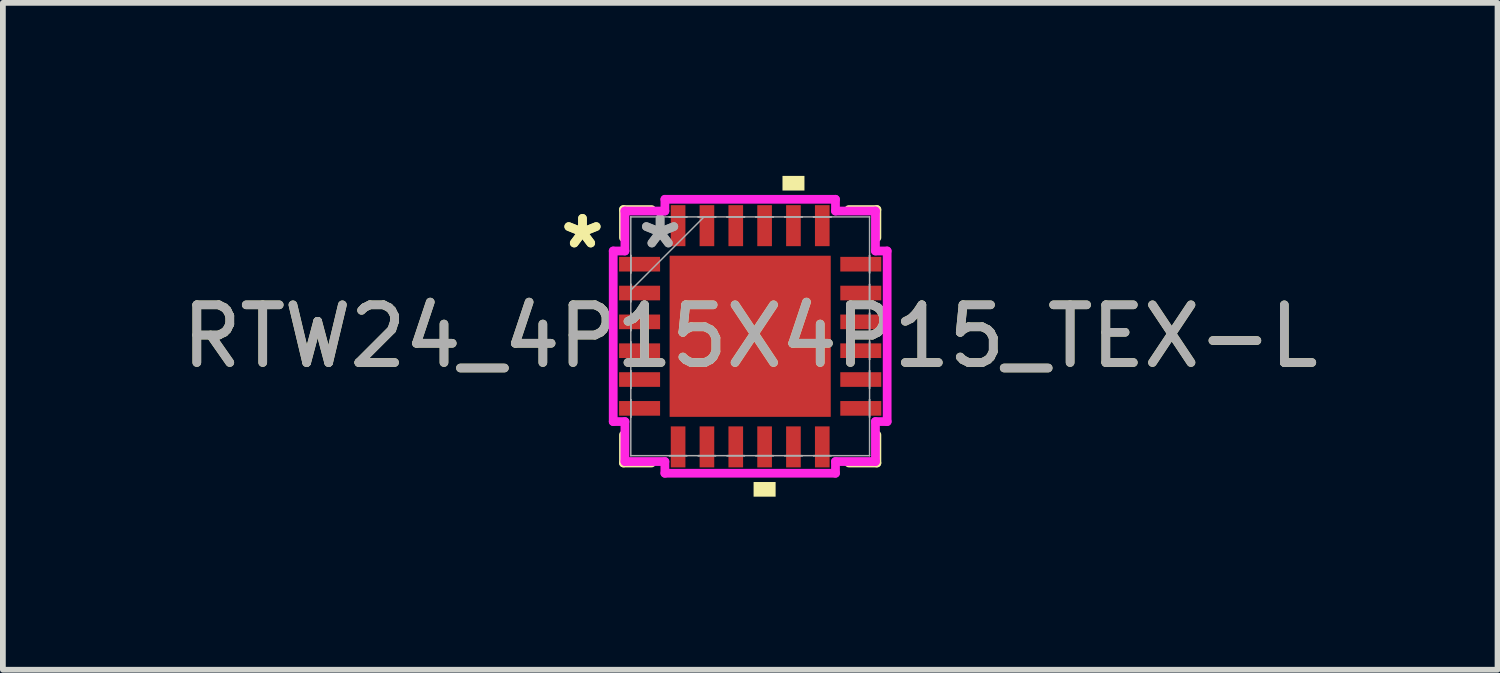
<source format=kicad_pcb>
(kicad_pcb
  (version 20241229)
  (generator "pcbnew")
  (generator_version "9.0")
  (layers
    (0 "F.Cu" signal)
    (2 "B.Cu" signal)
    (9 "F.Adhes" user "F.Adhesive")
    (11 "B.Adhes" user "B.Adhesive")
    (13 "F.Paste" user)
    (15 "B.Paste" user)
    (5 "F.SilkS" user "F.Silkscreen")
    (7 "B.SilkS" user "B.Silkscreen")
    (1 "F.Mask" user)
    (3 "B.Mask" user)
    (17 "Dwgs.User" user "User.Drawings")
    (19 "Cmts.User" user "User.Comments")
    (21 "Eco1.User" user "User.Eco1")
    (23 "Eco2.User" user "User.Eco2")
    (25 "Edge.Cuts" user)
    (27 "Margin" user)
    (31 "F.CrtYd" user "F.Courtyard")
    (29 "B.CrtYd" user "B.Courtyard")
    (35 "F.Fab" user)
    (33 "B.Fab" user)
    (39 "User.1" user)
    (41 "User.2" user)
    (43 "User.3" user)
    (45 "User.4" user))
  (footprint "RTW24_4P15X4P15_TEX-L"
    (layer "F.Cu")
    (at 9.958 2.781)
    (property "Reference" "RTW24_4P15X4P15_TEX-L" (at 0 0 0) (unlocked yes) (layer "F.SilkS") (effects (font (size 1 1) (thickness 0.15))))
    (attr smd)
    (fp_line (start -2.197 -2.197) (end -2.197 -1.71) (stroke (width 0.152) (type solid)) (layer "F.SilkS"))
    (fp_line (start -2.197 1.71) (end -2.197 2.197) (stroke (width 0.152) (type solid)) (layer "F.SilkS"))
    (fp_line (start -2.197 2.197) (end -1.71 2.197) (stroke (width 0.152) (type solid)) (layer "F.SilkS"))
    (fp_line (start -1.71 -2.197) (end -2.197 -2.197) (stroke (width 0.152) (type solid)) (layer "F.SilkS"))
    (fp_line (start 1.71 2.197) (end 2.197 2.197) (stroke (width 0.152) (type solid)) (layer "F.SilkS"))
    (fp_line (start 2.197 -2.197) (end 1.71 -2.197) (stroke (width 0.152) (type solid)) (layer "F.SilkS"))
    (fp_line (start 2.197 -1.71) (end 2.197 -2.197) (stroke (width 0.152) (type solid)) (layer "F.SilkS"))
    (fp_line (start 2.197 2.197) (end 2.197 1.71) (stroke (width 0.152) (type solid)) (layer "F.SilkS"))
    (fp_poly (pts (xy 0.059 2.527) (xy 0.059 2.781) (xy 0.441 2.781) (xy 0.441 2.527)) (stroke (width 0) (type solid)) (fill yes) (layer "F.SilkS"))
    (fp_poly (pts (xy 0.56 -2.527) (xy 0.56 -2.781) (xy 0.941 -2.781) (xy 0.941 -2.527)) (stroke (width 0) (type solid)) (fill yes) (layer "F.SilkS"))
    (fp_poly (pts (xy -1.297 -1.297) (xy -1.297 -0.1) (xy -0.1 -0.1) (xy -0.1 -1.297)) (stroke (width 0) (type solid)) (fill yes) (layer "F.Paste"))
    (fp_poly (pts (xy -1.297 0.1) (xy -1.297 1.297) (xy -0.1 1.297) (xy -0.1 0.1)) (stroke (width 0) (type solid)) (fill yes) (layer "F.Paste"))
    (fp_poly (pts (xy 0.1 -1.297) (xy 0.1 -0.1) (xy 1.297 -0.1) (xy 1.297 -1.297)) (stroke (width 0) (type solid)) (fill yes) (layer "F.Paste"))
    (fp_poly (pts (xy 0.1 0.1) (xy 0.1 1.297) (xy 1.297 1.297) (xy 1.297 0.1)) (stroke (width 0) (type solid)) (fill yes) (layer "F.Paste"))
    (fp_line (start -2.375 -1.479) (end -2.172 -1.479) (stroke (width 0.152) (type solid)) (layer "F.CrtYd"))
    (fp_line (start -2.375 1.479) (end -2.375 -1.479) (stroke (width 0.152) (type solid)) (layer "F.CrtYd"))
    (fp_line (start -2.172 -2.172) (end -1.479 -2.172) (stroke (width 0.152) (type solid)) (layer "F.CrtYd"))
    (fp_line (start -2.172 -1.479) (end -2.172 -2.172) (stroke (width 0.152) (type solid)) (layer "F.CrtYd"))
    (fp_line (start -2.172 1.479) (end -2.375 1.479) (stroke (width 0.152) (type solid)) (layer "F.CrtYd"))
    (fp_line (start -2.172 2.172) (end -2.172 1.479) (stroke (width 0.152) (type solid)) (layer "F.CrtYd"))
    (fp_line (start -1.479 -2.375) (end 1.479 -2.375) (stroke (width 0.152) (type solid)) (layer "F.CrtYd"))
    (fp_line (start -1.479 -2.172) (end -1.479 -2.375) (stroke (width 0.152) (type solid)) (layer "F.CrtYd"))
    (fp_line (start -1.479 2.172) (end -2.172 2.172) (stroke (width 0.152) (type solid)) (layer "F.CrtYd"))
    (fp_line (start -1.479 2.375) (end -1.479 2.172) (stroke (width 0.152) (type solid)) (layer "F.CrtYd"))
    (fp_line (start 1.479 -2.375) (end 1.479 -2.172) (stroke (width 0.152) (type solid)) (layer "F.CrtYd"))
    (fp_line (start 1.479 -2.172) (end 2.172 -2.172) (stroke (width 0.152) (type solid)) (layer "F.CrtYd"))
    (fp_line (start 1.479 2.172) (end 1.479 2.375) (stroke (width 0.152) (type solid)) (layer "F.CrtYd"))
    (fp_line (start 1.479 2.375) (end -1.479 2.375) (stroke (width 0.152) (type solid)) (layer "F.CrtYd"))
    (fp_line (start 2.172 -2.172) (end 2.172 -1.479) (stroke (width 0.152) (type solid)) (layer "F.CrtYd"))
    (fp_line (start 2.172 -1.479) (end 2.375 -1.479) (stroke (width 0.152) (type solid)) (layer "F.CrtYd"))
    (fp_line (start 2.172 1.479) (end 2.172 2.172) (stroke (width 0.152) (type solid)) (layer "F.CrtYd"))
    (fp_line (start 2.172 2.172) (end 1.479 2.172) (stroke (width 0.152) (type solid)) (layer "F.CrtYd"))
    (fp_line (start 2.375 -1.479) (end 2.375 1.479) (stroke (width 0.152) (type solid)) (layer "F.CrtYd"))
    (fp_line (start 2.375 1.479) (end 2.172 1.479) (stroke (width 0.152) (type solid)) (layer "F.CrtYd"))
    (fp_line (start -2.07 -2.07) (end -2.07 -2.07) (stroke (width 0.025) (type solid)) (layer "F.Fab"))
    (fp_line (start -2.07 -2.07) (end -2.07 2.07) (stroke (width 0.025) (type solid)) (layer "F.Fab"))
    (fp_line (start -2.07 -1.402) (end -2.07 -1.402) (stroke (width 0.025) (type solid)) (layer "F.Fab"))
    (fp_line (start -2.07 -1.402) (end -2.07 -1.098) (stroke (width 0.025) (type solid)) (layer "F.Fab"))
    (fp_line (start -2.07 -1.098) (end -2.07 -1.402) (stroke (width 0.025) (type solid)) (layer "F.Fab"))
    (fp_line (start -2.07 -1.098) (end -2.07 -1.098) (stroke (width 0.025) (type solid)) (layer "F.Fab"))
    (fp_line (start -2.07 -0.902) (end -2.07 -0.902) (stroke (width 0.025) (type solid)) (layer "F.Fab"))
    (fp_line (start -2.07 -0.902) (end -2.07 -0.598) (stroke (width 0.025) (type solid)) (layer "F.Fab"))
    (fp_line (start -2.07 -0.8) (end -0.8 -2.07) (stroke (width 0.025) (type solid)) (layer "F.Fab"))
    (fp_line (start -2.07 -0.598) (end -2.07 -0.902) (stroke (width 0.025) (type solid)) (layer "F.Fab"))
    (fp_line (start -2.07 -0.598) (end -2.07 -0.598) (stroke (width 0.025) (type solid)) (layer "F.Fab"))
    (fp_line (start -2.07 -0.402) (end -2.07 -0.402) (stroke (width 0.025) (type solid)) (layer "F.Fab"))
    (fp_line (start -2.07 -0.402) (end -2.07 -0.098) (stroke (width 0.025) (type solid)) (layer "F.Fab"))
    (fp_line (start -2.07 -0.098) (end -2.07 -0.402) (stroke (width 0.025) (type solid)) (layer "F.Fab"))
    (fp_line (start -2.07 -0.098) (end -2.07 -0.098) (stroke (width 0.025) (type solid)) (layer "F.Fab"))
    (fp_line (start -2.07 0.098) (end -2.07 0.098) (stroke (width 0.025) (type solid)) (layer "F.Fab"))
    (fp_line (start -2.07 0.098) (end -2.07 0.402) (stroke (width 0.025) (type solid)) (layer "F.Fab"))
    (fp_line (start -2.07 0.402) (end -2.07 0.098) (stroke (width 0.025) (type solid)) (layer "F.Fab"))
    (fp_line (start -2.07 0.402) (end -2.07 0.402) (stroke (width 0.025) (type solid)) (layer "F.Fab"))
    (fp_line (start -2.07 0.598) (end -2.07 0.598) (stroke (width 0.025) (type solid)) (layer "F.Fab"))
    (fp_line (start -2.07 0.598) (end -2.07 0.902) (stroke (width 0.025) (type solid)) (layer "F.Fab"))
    (fp_line (start -2.07 0.902) (end -2.07 0.598) (stroke (width 0.025) (type solid)) (layer "F.Fab"))
    (fp_line (start -2.07 0.902) (end -2.07 0.902) (stroke (width 0.025) (type solid)) (layer "F.Fab"))
    (fp_line (start -2.07 1.098) (end -2.07 1.098) (stroke (width 0.025) (type solid)) (layer "F.Fab"))
    (fp_line (start -2.07 1.098) (end -2.07 1.402) (stroke (width 0.025) (type solid)) (layer "F.Fab"))
    (fp_line (start -2.07 1.402) (end -2.07 1.098) (stroke (width 0.025) (type solid)) (layer "F.Fab"))
    (fp_line (start -2.07 1.402) (end -2.07 1.402) (stroke (width 0.025) (type solid)) (layer "F.Fab"))
    (fp_line (start -2.07 2.07) (end -2.07 2.07) (stroke (width 0.025) (type solid)) (layer "F.Fab"))
    (fp_line (start -2.07 2.07) (end 2.07 2.07) (stroke (width 0.025) (type solid)) (layer "F.Fab"))
    (fp_line (start -1.402 -2.07) (end -1.402 -2.07) (stroke (width 0.025) (type solid)) (layer "F.Fab"))
    (fp_line (start -1.402 -2.07) (end -1.098 -2.07) (stroke (width 0.025) (type solid)) (layer "F.Fab"))
    (fp_line (start -1.402 2.07) (end -1.402 2.07) (stroke (width 0.025) (type solid)) (layer "F.Fab"))
    (fp_line (start -1.402 2.07) (end -1.098 2.07) (stroke (width 0.025) (type solid)) (layer "F.Fab"))
    (fp_line (start -1.098 -2.07) (end -1.402 -2.07) (stroke (width 0.025) (type solid)) (layer "F.Fab"))
    (fp_line (start -1.098 -2.07) (end -1.098 -2.07) (stroke (width 0.025) (type solid)) (layer "F.Fab"))
    (fp_line (start -1.098 2.07) (end -1.402 2.07) (stroke (width 0.025) (type solid)) (layer "F.Fab"))
    (fp_line (start -1.098 2.07) (end -1.098 2.07) (stroke (width 0.025) (type solid)) (layer "F.Fab"))
    (fp_line (start -0.902 -2.07) (end -0.902 -2.07) (stroke (width 0.025) (type solid)) (layer "F.Fab"))
    (fp_line (start -0.902 -2.07) (end -0.598 -2.07) (stroke (width 0.025) (type solid)) (layer "F.Fab"))
    (fp_line (start -0.902 2.07) (end -0.902 2.07) (stroke (width 0.025) (type solid)) (layer "F.Fab"))
    (fp_line (start -0.902 2.07) (end -0.598 2.07) (stroke (width 0.025) (type solid)) (layer "F.Fab"))
    (fp_line (start -0.598 -2.07) (end -0.902 -2.07) (stroke (width 0.025) (type solid)) (layer "F.Fab"))
    (fp_line (start -0.598 -2.07) (end -0.598 -2.07) (stroke (width 0.025) (type solid)) (layer "F.Fab"))
    (fp_line (start -0.598 2.07) (end -0.902 2.07) (stroke (width 0.025) (type solid)) (layer "F.Fab"))
    (fp_line (start -0.598 2.07) (end -0.598 2.07) (stroke (width 0.025) (type solid)) (layer "F.Fab"))
    (fp_line (start -0.402 -2.07) (end -0.402 -2.07) (stroke (width 0.025) (type solid)) (layer "F.Fab"))
    (fp_line (start -0.402 -2.07) (end -0.098 -2.07) (stroke (width 0.025) (type solid)) (layer "F.Fab"))
    (fp_line (start -0.402 2.07) (end -0.402 2.07) (stroke (width 0.025) (type solid)) (layer "F.Fab"))
    (fp_line (start -0.402 2.07) (end -0.098 2.07) (stroke (width 0.025) (type solid)) (layer "F.Fab"))
    (fp_line (start -0.098 -2.07) (end -0.402 -2.07) (stroke (width 0.025) (type solid)) (layer "F.Fab"))
    (fp_line (start -0.098 -2.07) (end -0.098 -2.07) (stroke (width 0.025) (type solid)) (layer "F.Fab"))
    (fp_line (start -0.098 2.07) (end -0.402 2.07) (stroke (width 0.025) (type solid)) (layer "F.Fab"))
    (fp_line (start -0.098 2.07) (end -0.098 2.07) (stroke (width 0.025) (type solid)) (layer "F.Fab"))
    (fp_line (start 0.098 -2.07) (end 0.098 -2.07) (stroke (width 0.025) (type solid)) (layer "F.Fab"))
    (fp_line (start 0.098 -2.07) (end 0.402 -2.07) (stroke (width 0.025) (type solid)) (layer "F.Fab"))
    (fp_line (start 0.098 2.07) (end 0.098 2.07) (stroke (width 0.025) (type solid)) (layer "F.Fab"))
    (fp_line (start 0.098 2.07) (end 0.402 2.07) (stroke (width 0.025) (type solid)) (layer "F.Fab"))
    (fp_line (start 0.402 -2.07) (end 0.098 -2.07) (stroke (width 0.025) (type solid)) (layer "F.Fab"))
    (fp_line (start 0.402 -2.07) (end 0.402 -2.07) (stroke (width 0.025) (type solid)) (layer "F.Fab"))
    (fp_line (start 0.402 2.07) (end 0.098 2.07) (stroke (width 0.025) (type solid)) (layer "F.Fab"))
    (fp_line (start 0.402 2.07) (end 0.402 2.07) (stroke (width 0.025) (type solid)) (layer "F.Fab"))
    (fp_line (start 0.598 -2.07) (end 0.598 -2.07) (stroke (width 0.025) (type solid)) (layer "F.Fab"))
    (fp_line (start 0.598 -2.07) (end 0.902 -2.07) (stroke (width 0.025) (type solid)) (layer "F.Fab"))
    (fp_line (start 0.598 2.07) (end 0.598 2.07) (stroke (width 0.025) (type solid)) (layer "F.Fab"))
    (fp_line (start 0.598 2.07) (end 0.902 2.07) (stroke (width 0.025) (type solid)) (layer "F.Fab"))
    (fp_line (start 0.902 -2.07) (end 0.598 -2.07) (stroke (width 0.025) (type solid)) (layer "F.Fab"))
    (fp_line (start 0.902 -2.07) (end 0.902 -2.07) (stroke (width 0.025) (type solid)) (layer "F.Fab"))
    (fp_line (start 0.902 2.07) (end 0.598 2.07) (stroke (width 0.025) (type solid)) (layer "F.Fab"))
    (fp_line (start 0.902 2.07) (end 0.902 2.07) (stroke (width 0.025) (type solid)) (layer "F.Fab"))
    (fp_line (start 1.098 -2.07) (end 1.098 -2.07) (stroke (width 0.025) (type solid)) (layer "F.Fab"))
    (fp_line (start 1.098 -2.07) (end 1.402 -2.07) (stroke (width 0.025) (type solid)) (layer "F.Fab"))
    (fp_line (start 1.098 2.07) (end 1.098 2.07) (stroke (width 0.025) (type solid)) (layer "F.Fab"))
    (fp_line (start 1.098 2.07) (end 1.402 2.07) (stroke (width 0.025) (type solid)) (layer "F.Fab"))
    (fp_line (start 1.402 -2.07) (end 1.098 -2.07) (stroke (width 0.025) (type solid)) (layer "F.Fab"))
    (fp_line (start 1.402 -2.07) (end 1.402 -2.07) (stroke (width 0.025) (type solid)) (layer "F.Fab"))
    (fp_line (start 1.402 2.07) (end 1.098 2.07) (stroke (width 0.025) (type solid)) (layer "F.Fab"))
    (fp_line (start 1.402 2.07) (end 1.402 2.07) (stroke (width 0.025) (type solid)) (layer "F.Fab"))
    (fp_line (start 2.07 -2.07) (end -2.07 -2.07) (stroke (width 0.025) (type solid)) (layer "F.Fab"))
    (fp_line (start 2.07 -2.07) (end 2.07 -2.07) (stroke (width 0.025) (type solid)) (layer "F.Fab"))
    (fp_line (start 2.07 -1.402) (end 2.07 -1.402) (stroke (width 0.025) (type solid)) (layer "F.Fab"))
    (fp_line (start 2.07 -1.402) (end 2.07 -1.098) (stroke (width 0.025) (type solid)) (layer "F.Fab"))
    (fp_line (start 2.07 -1.098) (end 2.07 -1.402) (stroke (width 0.025) (type solid)) (layer "F.Fab"))
    (fp_line (start 2.07 -1.098) (end 2.07 -1.098) (stroke (width 0.025) (type solid)) (layer "F.Fab"))
    (fp_line (start 2.07 -0.902) (end 2.07 -0.902) (stroke (width 0.025) (type solid)) (layer "F.Fab"))
    (fp_line (start 2.07 -0.902) (end 2.07 -0.598) (stroke (width 0.025) (type solid)) (layer "F.Fab"))
    (fp_line (start 2.07 -0.598) (end 2.07 -0.902) (stroke (width 0.025) (type solid)) (layer "F.Fab"))
    (fp_line (start 2.07 -0.598) (end 2.07 -0.598) (stroke (width 0.025) (type solid)) (layer "F.Fab"))
    (fp_line (start 2.07 -0.402) (end 2.07 -0.402) (stroke (width 0.025) (type solid)) (layer "F.Fab"))
    (fp_line (start 2.07 -0.402) (end 2.07 -0.098) (stroke (width 0.025) (type solid)) (layer "F.Fab"))
    (fp_line (start 2.07 -0.098) (end 2.07 -0.402) (stroke (width 0.025) (type solid)) (layer "F.Fab"))
    (fp_line (start 2.07 -0.098) (end 2.07 -0.098) (stroke (width 0.025) (type solid)) (layer "F.Fab"))
    (fp_line (start 2.07 0.098) (end 2.07 0.098) (stroke (width 0.025) (type solid)) (layer "F.Fab"))
    (fp_line (start 2.07 0.098) (end 2.07 0.402) (stroke (width 0.025) (type solid)) (layer "F.Fab"))
    (fp_line (start 2.07 0.402) (end 2.07 0.098) (stroke (width 0.025) (type solid)) (layer "F.Fab"))
    (fp_line (start 2.07 0.402) (end 2.07 0.402) (stroke (width 0.025) (type solid)) (layer "F.Fab"))
    (fp_line (start 2.07 0.598) (end 2.07 0.598) (stroke (width 0.025) (type solid)) (layer "F.Fab"))
    (fp_line (start 2.07 0.598) (end 2.07 0.902) (stroke (width 0.025) (type solid)) (layer "F.Fab"))
    (fp_line (start 2.07 0.902) (end 2.07 0.598) (stroke (width 0.025) (type solid)) (layer "F.Fab"))
    (fp_line (start 2.07 0.902) (end 2.07 0.902) (stroke (width 0.025) (type solid)) (layer "F.Fab"))
    (fp_line (start 2.07 1.098) (end 2.07 1.098) (stroke (width 0.025) (type solid)) (layer "F.Fab"))
    (fp_line (start 2.07 1.098) (end 2.07 1.402) (stroke (width 0.025) (type solid)) (layer "F.Fab"))
    (fp_line (start 2.07 1.402) (end 2.07 1.098) (stroke (width 0.025) (type solid)) (layer "F.Fab"))
    (fp_line (start 2.07 1.402) (end 2.07 1.402) (stroke (width 0.025) (type solid)) (layer "F.Fab"))
    (fp_line (start 2.07 2.07) (end 2.07 -2.07) (stroke (width 0.025) (type solid)) (layer "F.Fab"))
    (fp_line (start 2.07 2.07) (end 2.07 2.07) (stroke (width 0.025) (type solid)) (layer "F.Fab"))
    (fp_text user "*" (at -2.908 -1.5 0) (layer "F.SilkS") (effects (font (size 1 1) (thickness 0.15))))
    (fp_text user "*" (at -2.908 -1.5 0) (unlocked yes) (layer "F.SilkS") (effects (font (size 1 1) (thickness 0.15))))
    (fp_text user "*" (at -1.562 -1.5 0) (unlocked yes) (layer "F.Fab") (effects (font (size 1 1) (thickness 0.15))))
    (fp_text user "*" (at -1.562 -1.5 0) (layer "F.Fab") (effects (font (size 1 1) (thickness 0.15))))
    (fp_text user "${REFERENCE}" (at 0 0 0) (unlocked yes) (layer "F.Fab") (effects (font (size 1 1) (thickness 0.15))))
    (pad "1" smd rect (at -1.918 -1.25 90) (size 0.254 0.711) (layers "F.Cu" "F.Mask" "F.Paste"))
    (pad "2" smd rect (at -1.918 -0.75 90) (size 0.254 0.711) (layers "F.Cu" "F.Mask" "F.Paste"))
    (pad "3" smd rect (at -1.918 -0.25 90) (size 0.254 0.711) (layers "F.Cu" "F.Mask" "F.Paste"))
    (pad "4" smd rect (at -1.918 0.25 90) (size 0.254 0.711) (layers "F.Cu" "F.Mask" "F.Paste"))
    (pad "5" smd rect (at -1.918 0.75 90) (size 0.254 0.711) (layers "F.Cu" "F.Mask" "F.Paste"))
    (pad "6" smd rect (at -1.918 1.25 90) (size 0.254 0.711) (layers "F.Cu" "F.Mask" "F.Paste"))
    (pad "7" smd rect (at -1.25 1.918) (size 0.254 0.711) (layers "F.Cu" "F.Mask" "F.Paste"))
    (pad "8" smd rect (at -0.75 1.918) (size 0.254 0.711) (layers "F.Cu" "F.Mask" "F.Paste"))
    (pad "9" smd rect (at -0.25 1.918) (size 0.254 0.711) (layers "F.Cu" "F.Mask" "F.Paste"))
    (pad "10" smd rect (at 0.25 1.918) (size 0.254 0.711) (layers "F.Cu" "F.Mask" "F.Paste"))
    (pad "11" smd rect (at 0.75 1.918) (size 0.254 0.711) (layers "F.Cu" "F.Mask" "F.Paste"))
    (pad "12" smd rect (at 1.25 1.918) (size 0.254 0.711) (layers "F.Cu" "F.Mask" "F.Paste"))
    (pad "13" smd rect (at 1.918 1.25 90) (size 0.254 0.711) (layers "F.Cu" "F.Mask" "F.Paste"))
    (pad "14" smd rect (at 1.918 0.75 90) (size 0.254 0.711) (layers "F.Cu" "F.Mask" "F.Paste"))
    (pad "15" smd rect (at 1.918 0.25 90) (size 0.254 0.711) (layers "F.Cu" "F.Mask" "F.Paste"))
    (pad "16" smd rect (at 1.918 -0.25 90) (size 0.254 0.711) (layers "F.Cu" "F.Mask" "F.Paste"))
    (pad "17" smd rect (at 1.918 -0.75 90) (size 0.254 0.711) (layers "F.Cu" "F.Mask" "F.Paste"))
    (pad "18" smd rect (at 1.918 -1.25 90) (size 0.254 0.711) (layers "F.Cu" "F.Mask" "F.Paste"))
    (pad "19" smd rect (at 1.25 -1.918) (size 0.254 0.711) (layers "F.Cu" "F.Mask" "F.Paste"))
    (pad "20" smd rect (at 0.75 -1.918) (size 0.254 0.711) (layers "F.Cu" "F.Mask" "F.Paste"))
    (pad "21" smd rect (at 0.25 -1.918) (size 0.254 0.711) (layers "F.Cu" "F.Mask" "F.Paste"))
    (pad "22" smd rect (at -0.25 -1.918) (size 0.254 0.711) (layers "F.Cu" "F.Mask" "F.Paste"))
    (pad "23" smd rect (at -0.75 -1.918) (size 0.254 0.711) (layers "F.Cu" "F.Mask" "F.Paste"))
    (pad "24" smd rect (at -1.25 -1.918) (size 0.254 0.711) (layers "F.Cu" "F.Mask" "F.Paste"))
    (pad "25" smd rect (at 0 0) (size 2.794 2.794) (layers "F.Cu" "F.Mask")))
  (gr_rect
    (start -3 -3)
    (end 22.917 8.563)
    (stroke (width 0.1) (type default))
    (fill no)
    (layer "Edge.Cuts")))
</source>
